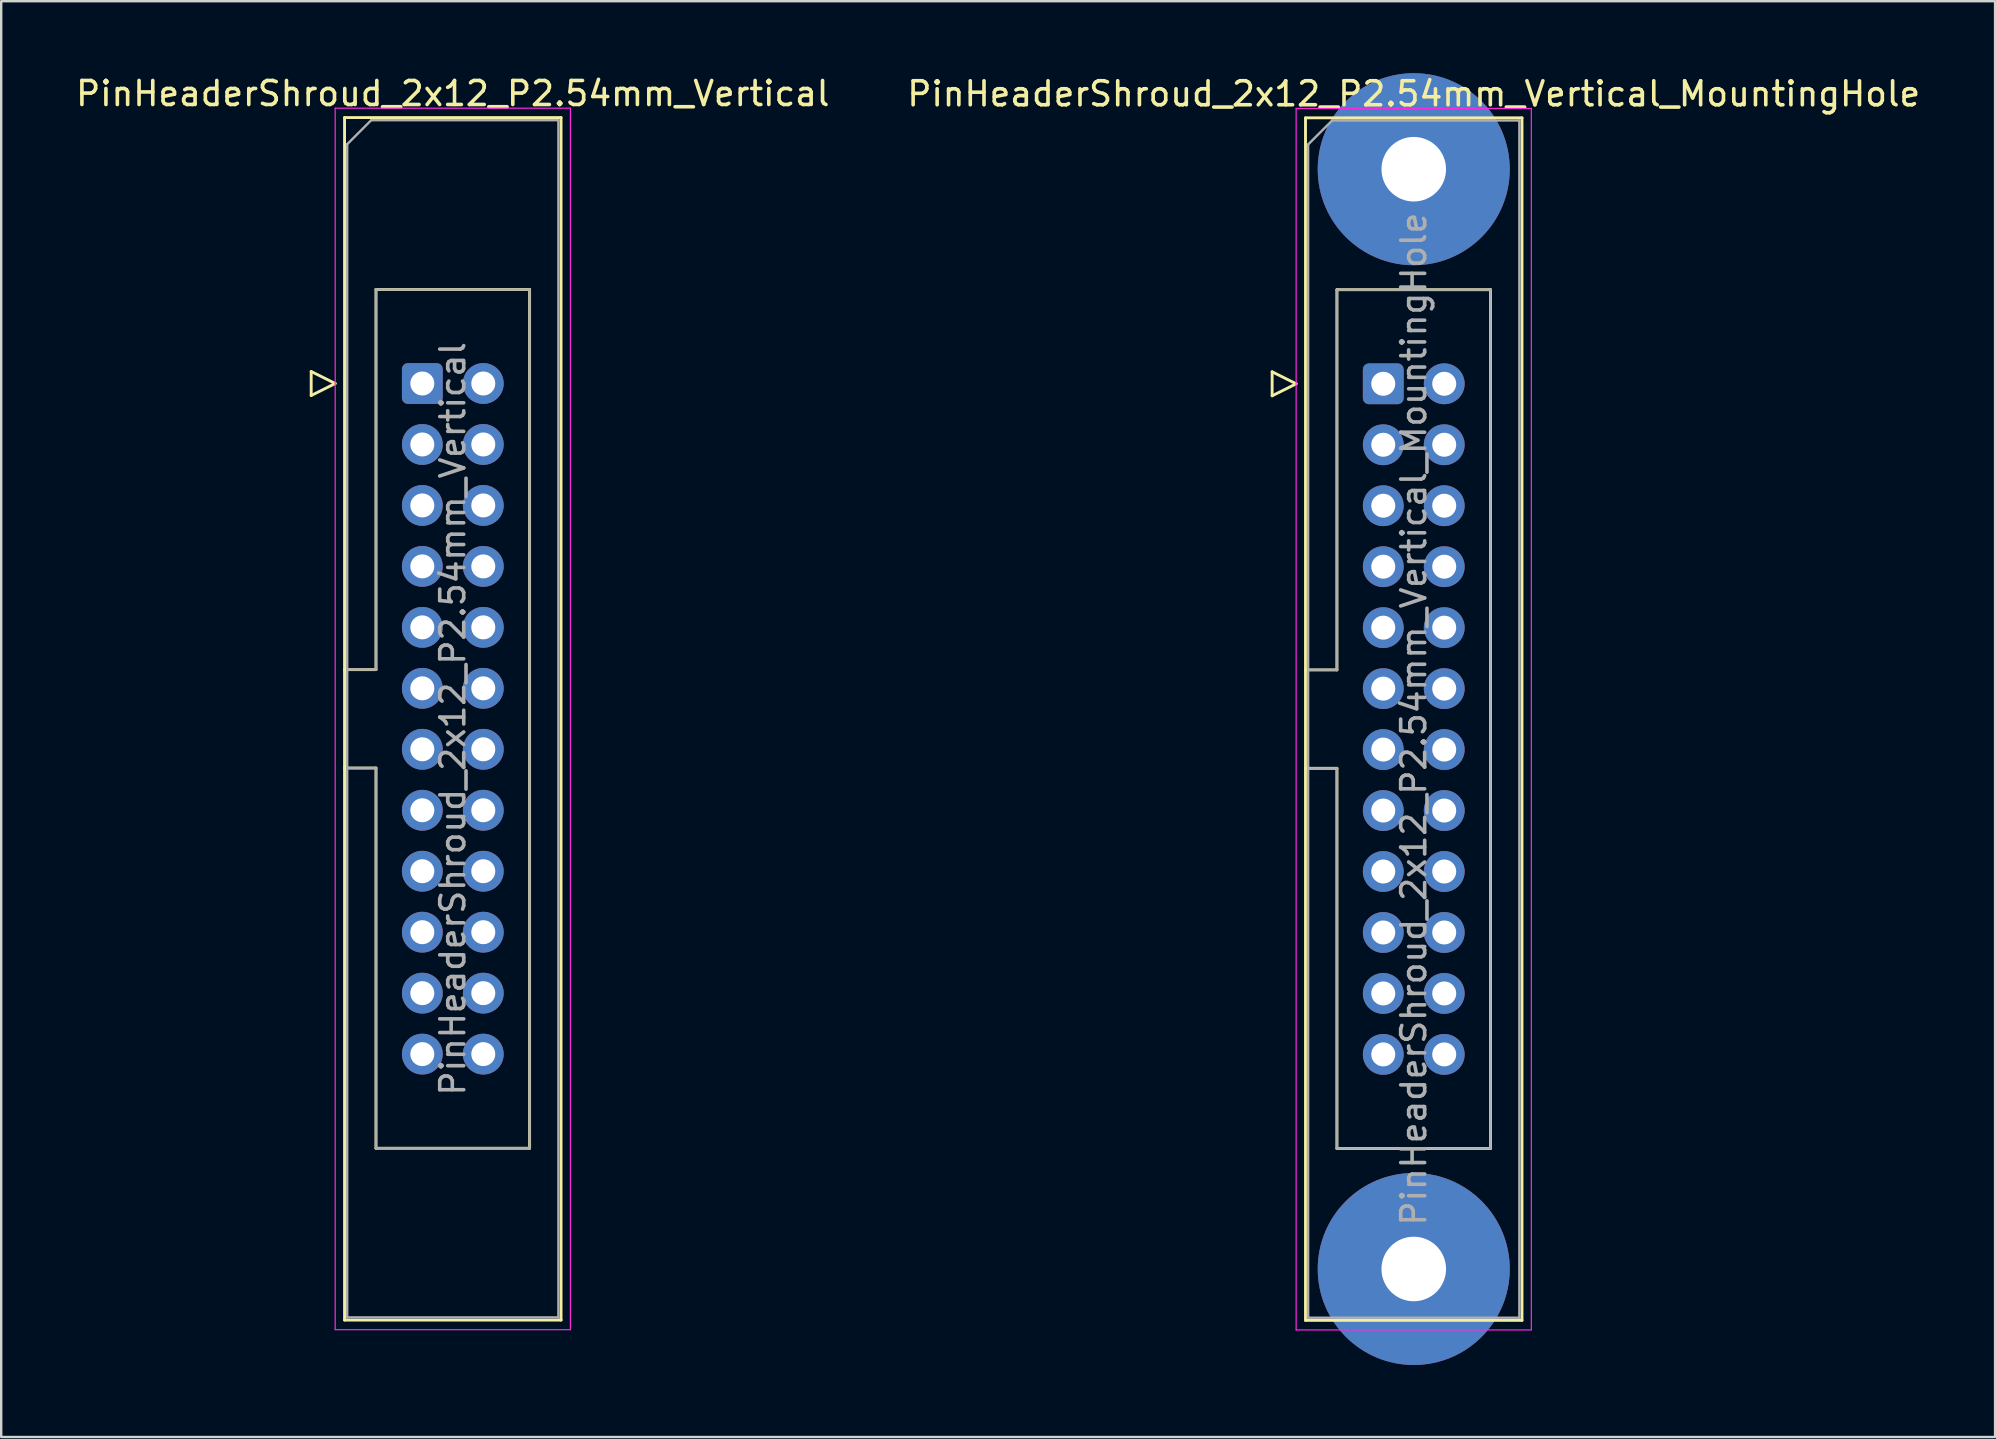
<source format=kicad_pcb>
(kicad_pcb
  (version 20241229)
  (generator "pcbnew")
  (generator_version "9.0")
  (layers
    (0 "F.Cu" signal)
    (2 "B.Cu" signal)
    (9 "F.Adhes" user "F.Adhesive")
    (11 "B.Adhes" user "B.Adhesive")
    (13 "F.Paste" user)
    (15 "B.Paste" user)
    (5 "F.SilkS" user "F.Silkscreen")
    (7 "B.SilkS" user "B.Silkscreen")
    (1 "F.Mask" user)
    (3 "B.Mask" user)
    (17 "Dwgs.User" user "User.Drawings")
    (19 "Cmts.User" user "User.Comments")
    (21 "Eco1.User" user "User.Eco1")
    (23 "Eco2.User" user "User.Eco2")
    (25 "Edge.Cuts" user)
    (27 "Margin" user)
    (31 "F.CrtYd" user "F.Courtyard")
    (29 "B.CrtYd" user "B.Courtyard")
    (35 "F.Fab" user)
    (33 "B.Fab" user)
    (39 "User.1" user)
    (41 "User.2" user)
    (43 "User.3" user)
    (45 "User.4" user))
  (footprint "PinHeaderShroud_2x12_P2.54mm_Vertical_MountingHole"
    (layer "F.Cu")
    (at 54.581 12.94)
    (property "Reference" "PinHeaderShroud_2x12_P2.54mm_Vertical_MountingHole" (at 1.27 -12.08 0) (layer "F.SilkS") (effects (font (size 1 1) (thickness 0.15))))
    (attr through_hole)
    (fp_line (start -4.63 -0.5) (end -4.63 0.5) (stroke (width 0.12) (type solid)) (layer "F.SilkS"))
    (fp_line (start -4.63 0.5) (end -3.63 0) (stroke (width 0.12) (type solid)) (layer "F.SilkS"))
    (fp_line (start -3.63 0) (end -4.63 -0.5) (stroke (width 0.12) (type solid)) (layer "F.SilkS"))
    (fp_line (start -3.24 -11.08) (end 5.78 -11.08) (stroke (width 0.12) (type solid)) (layer "F.SilkS"))
    (fp_line (start -3.24 11.92) (end -1.93 11.92) (stroke (width 0.12) (type solid)) (layer "F.SilkS"))
    (fp_line (start -3.24 16.02) (end -1.93 16.02) (stroke (width 0.12) (type solid)) (layer "F.SilkS"))
    (fp_line (start -3.24 39.02) (end -3.24 -11.08) (stroke (width 0.12) (type solid)) (layer "F.SilkS"))
    (fp_line (start -1.93 -3.92) (end 4.47 -3.92) (stroke (width 0.12) (type solid)) (layer "F.SilkS"))
    (fp_line (start -1.93 11.92) (end -1.93 -3.92) (stroke (width 0.12) (type solid)) (layer "F.SilkS"))
    (fp_line (start -1.93 31.86) (end -1.93 16.02) (stroke (width 0.12) (type solid)) (layer "F.SilkS"))
    (fp_line (start 4.47 -3.92) (end 4.47 31.86) (stroke (width 0.12) (type solid)) (layer "F.SilkS"))
    (fp_line (start 4.47 31.86) (end -1.93 31.86) (stroke (width 0.12) (type solid)) (layer "F.SilkS"))
    (fp_line (start 5.78 -11.08) (end 5.78 39.02) (stroke (width 0.12) (type solid)) (layer "F.SilkS"))
    (fp_line (start 5.78 39.02) (end -3.24 39.02) (stroke (width 0.12) (type solid)) (layer "F.SilkS"))
    (fp_line (start -3.63 -11.47) (end -3.63 39.42) (stroke (width 0.05) (type solid)) (layer "F.CrtYd"))
    (fp_line (start -3.63 39.42) (end 6.17 39.42) (stroke (width 0.05) (type solid)) (layer "F.CrtYd"))
    (fp_line (start 6.17 -11.47) (end -3.63 -11.47) (stroke (width 0.05) (type solid)) (layer "F.CrtYd"))
    (fp_line (start 6.17 39.42) (end 6.17 -11.47) (stroke (width 0.05) (type solid)) (layer "F.CrtYd"))
    (fp_line (start -3.13 -9.97) (end -2.13 -10.97) (stroke (width 0.1) (type solid)) (layer "F.Fab"))
    (fp_line (start -3.13 11.92) (end -1.93 11.92) (stroke (width 0.1) (type solid)) (layer "F.Fab"))
    (fp_line (start -3.13 16.02) (end -1.93 16.02) (stroke (width 0.1) (type solid)) (layer "F.Fab"))
    (fp_line (start -3.13 38.91) (end -3.13 -9.97) (stroke (width 0.1) (type solid)) (layer "F.Fab"))
    (fp_line (start -2.13 -10.97) (end 5.67 -10.97) (stroke (width 0.1) (type solid)) (layer "F.Fab"))
    (fp_line (start -1.93 -3.92) (end 4.47 -3.92) (stroke (width 0.1) (type solid)) (layer "F.Fab"))
    (fp_line (start -1.93 11.92) (end -1.93 -3.92) (stroke (width 0.1) (type solid)) (layer "F.Fab"))
    (fp_line (start -1.93 31.86) (end -1.93 16.02) (stroke (width 0.1) (type solid)) (layer "F.Fab"))
    (fp_line (start 4.47 -3.92) (end 4.47 31.86) (stroke (width 0.1) (type solid)) (layer "F.Fab"))
    (fp_line (start 4.47 31.86) (end -1.93 31.86) (stroke (width 0.1) (type solid)) (layer "F.Fab"))
    (fp_line (start 5.67 -10.97) (end 5.67 38.91) (stroke (width 0.1) (type solid)) (layer "F.Fab"))
    (fp_line (start 5.67 38.91) (end -3.13 38.91) (stroke (width 0.1) (type solid)) (layer "F.Fab"))
    (fp_text user "${REFERENCE}" (at 1.27 13.97 90) (layer "F.Fab") (effects (font (size 1 1) (thickness 0.15))))
    (pad "" thru_hole circle (at 1.27 -8.94) (size 8 8) (drill 2.69) (layers "*.Cu" "*.Mask"))
    (pad "" thru_hole circle (at 1.27 36.88) (size 8 8) (drill 2.69) (layers "*.Cu" "*.Mask"))
    (pad "1" thru_hole roundrect (at 0 0) (size 1.7 1.7) (drill 1) (layers "*.Cu" "*.Mask") (roundrect_rratio 0.147))
    (pad "2" thru_hole circle (at 2.54 0) (size 1.7 1.7) (drill 1) (layers "*.Cu" "*.Mask"))
    (pad "3" thru_hole circle (at 0 2.54) (size 1.7 1.7) (drill 1) (layers "*.Cu" "*.Mask"))
    (pad "4" thru_hole circle (at 2.54 2.54) (size 1.7 1.7) (drill 1) (layers "*.Cu" "*.Mask"))
    (pad "5" thru_hole circle (at 0 5.08) (size 1.7 1.7) (drill 1) (layers "*.Cu" "*.Mask"))
    (pad "6" thru_hole circle (at 2.54 5.08) (size 1.7 1.7) (drill 1) (layers "*.Cu" "*.Mask"))
    (pad "7" thru_hole circle (at 0 7.62) (size 1.7 1.7) (drill 1) (layers "*.Cu" "*.Mask"))
    (pad "8" thru_hole circle (at 2.54 7.62) (size 1.7 1.7) (drill 1) (layers "*.Cu" "*.Mask"))
    (pad "9" thru_hole circle (at 0 10.16) (size 1.7 1.7) (drill 1) (layers "*.Cu" "*.Mask"))
    (pad "10" thru_hole circle (at 2.54 10.16) (size 1.7 1.7) (drill 1) (layers "*.Cu" "*.Mask"))
    (pad "11" thru_hole circle (at 0 12.7) (size 1.7 1.7) (drill 1) (layers "*.Cu" "*.Mask"))
    (pad "12" thru_hole circle (at 2.54 12.7) (size 1.7 1.7) (drill 1) (layers "*.Cu" "*.Mask"))
    (pad "13" thru_hole circle (at 0 15.24) (size 1.7 1.7) (drill 1) (layers "*.Cu" "*.Mask"))
    (pad "14" thru_hole circle (at 2.54 15.24) (size 1.7 1.7) (drill 1) (layers "*.Cu" "*.Mask"))
    (pad "15" thru_hole circle (at 0 17.78) (size 1.7 1.7) (drill 1) (layers "*.Cu" "*.Mask"))
    (pad "16" thru_hole circle (at 2.54 17.78) (size 1.7 1.7) (drill 1) (layers "*.Cu" "*.Mask"))
    (pad "17" thru_hole circle (at 0 20.32) (size 1.7 1.7) (drill 1) (layers "*.Cu" "*.Mask"))
    (pad "18" thru_hole circle (at 2.54 20.32) (size 1.7 1.7) (drill 1) (layers "*.Cu" "*.Mask"))
    (pad "19" thru_hole circle (at 0 22.86) (size 1.7 1.7) (drill 1) (layers "*.Cu" "*.Mask"))
    (pad "20" thru_hole circle (at 2.54 22.86) (size 1.7 1.7) (drill 1) (layers "*.Cu" "*.Mask"))
    (pad "21" thru_hole circle (at 0 25.4) (size 1.7 1.7) (drill 1) (layers "*.Cu" "*.Mask"))
    (pad "22" thru_hole circle (at 2.54 25.4) (size 1.7 1.7) (drill 1) (layers "*.Cu" "*.Mask"))
    (pad "23" thru_hole circle (at 0 27.94) (size 1.7 1.7) (drill 1) (layers "*.Cu" "*.Mask"))
    (pad "24" thru_hole circle (at 2.54 27.94) (size 1.7 1.7) (drill 1) (layers "*.Cu" "*.Mask")))
  (footprint "PinHeaderShroud_2x12_P2.54mm_Vertical"
    (layer "F.Cu")
    (at 14.545 12.928)
    (property "Reference" "PinHeaderShroud_2x12_P2.54mm_Vertical" (at 1.27 -12.08 0) (layer "F.SilkS") (effects (font (size 1 1) (thickness 0.15))))
    (attr through_hole)
    (fp_line (start -4.63 -0.5) (end -4.63 0.5) (stroke (width 0.12) (type solid)) (layer "F.SilkS"))
    (fp_line (start -4.63 0.5) (end -3.63 0) (stroke (width 0.12) (type solid)) (layer "F.SilkS"))
    (fp_line (start -3.63 0) (end -4.63 -0.5) (stroke (width 0.12) (type solid)) (layer "F.SilkS"))
    (fp_line (start -3.24 -11.08) (end 5.78 -11.08) (stroke (width 0.12) (type solid)) (layer "F.SilkS"))
    (fp_line (start -3.24 11.92) (end -1.93 11.92) (stroke (width 0.12) (type solid)) (layer "F.SilkS"))
    (fp_line (start -3.24 16.02) (end -1.93 16.02) (stroke (width 0.12) (type solid)) (layer "F.SilkS"))
    (fp_line (start -3.24 39.02) (end -3.24 -11.08) (stroke (width 0.12) (type solid)) (layer "F.SilkS"))
    (fp_line (start -1.93 -3.92) (end 4.47 -3.92) (stroke (width 0.12) (type solid)) (layer "F.SilkS"))
    (fp_line (start -1.93 11.92) (end -1.93 -3.92) (stroke (width 0.12) (type solid)) (layer "F.SilkS"))
    (fp_line (start -1.93 31.86) (end -1.93 16.02) (stroke (width 0.12) (type solid)) (layer "F.SilkS"))
    (fp_line (start 4.47 -3.92) (end 4.47 31.86) (stroke (width 0.12) (type solid)) (layer "F.SilkS"))
    (fp_line (start 4.47 31.86) (end -1.93 31.86) (stroke (width 0.12) (type solid)) (layer "F.SilkS"))
    (fp_line (start 5.78 -11.08) (end 5.78 39.02) (stroke (width 0.12) (type solid)) (layer "F.SilkS"))
    (fp_line (start 5.78 39.02) (end -3.24 39.02) (stroke (width 0.12) (type solid)) (layer "F.SilkS"))
    (fp_line (start -3.63 -11.47) (end -3.63 39.42) (stroke (width 0.05) (type solid)) (layer "F.CrtYd"))
    (fp_line (start -3.63 39.42) (end 6.17 39.42) (stroke (width 0.05) (type solid)) (layer "F.CrtYd"))
    (fp_line (start 6.17 -11.47) (end -3.63 -11.47) (stroke (width 0.05) (type solid)) (layer "F.CrtYd"))
    (fp_line (start 6.17 39.42) (end 6.17 -11.47) (stroke (width 0.05) (type solid)) (layer "F.CrtYd"))
    (fp_line (start -3.13 -9.97) (end -2.13 -10.97) (stroke (width 0.1) (type solid)) (layer "F.Fab"))
    (fp_line (start -3.13 11.92) (end -1.93 11.92) (stroke (width 0.1) (type solid)) (layer "F.Fab"))
    (fp_line (start -3.13 16.02) (end -1.93 16.02) (stroke (width 0.1) (type solid)) (layer "F.Fab"))
    (fp_line (start -3.13 38.91) (end -3.13 -9.97) (stroke (width 0.1) (type solid)) (layer "F.Fab"))
    (fp_line (start -2.13 -10.97) (end 5.67 -10.97) (stroke (width 0.1) (type solid)) (layer "F.Fab"))
    (fp_line (start -1.93 -3.92) (end 4.47 -3.92) (stroke (width 0.1) (type solid)) (layer "F.Fab"))
    (fp_line (start -1.93 11.92) (end -1.93 -3.92) (stroke (width 0.1) (type solid)) (layer "F.Fab"))
    (fp_line (start -1.93 31.86) (end -1.93 16.02) (stroke (width 0.1) (type solid)) (layer "F.Fab"))
    (fp_line (start 4.47 -3.92) (end 4.47 31.86) (stroke (width 0.1) (type solid)) (layer "F.Fab"))
    (fp_line (start 4.47 31.86) (end -1.93 31.86) (stroke (width 0.1) (type solid)) (layer "F.Fab"))
    (fp_line (start 5.67 -10.97) (end 5.67 38.91) (stroke (width 0.1) (type solid)) (layer "F.Fab"))
    (fp_line (start 5.67 38.91) (end -3.13 38.91) (stroke (width 0.1) (type solid)) (layer "F.Fab"))
    (fp_text user "${REFERENCE}" (at 1.27 13.97 90) (layer "F.Fab") (effects (font (size 1 1) (thickness 0.15))))
    (pad "1" thru_hole roundrect (at 0 0) (size 1.7 1.7) (drill 1) (layers "*.Cu" "*.Mask") (roundrect_rratio 0.147))
    (pad "2" thru_hole circle (at 2.54 0) (size 1.7 1.7) (drill 1) (layers "*.Cu" "*.Mask"))
    (pad "3" thru_hole circle (at 0 2.54) (size 1.7 1.7) (drill 1) (layers "*.Cu" "*.Mask"))
    (pad "4" thru_hole circle (at 2.54 2.54) (size 1.7 1.7) (drill 1) (layers "*.Cu" "*.Mask"))
    (pad "5" thru_hole circle (at 0 5.08) (size 1.7 1.7) (drill 1) (layers "*.Cu" "*.Mask"))
    (pad "6" thru_hole circle (at 2.54 5.08) (size 1.7 1.7) (drill 1) (layers "*.Cu" "*.Mask"))
    (pad "7" thru_hole circle (at 0 7.62) (size 1.7 1.7) (drill 1) (layers "*.Cu" "*.Mask"))
    (pad "8" thru_hole circle (at 2.54 7.62) (size 1.7 1.7) (drill 1) (layers "*.Cu" "*.Mask"))
    (pad "9" thru_hole circle (at 0 10.16) (size 1.7 1.7) (drill 1) (layers "*.Cu" "*.Mask"))
    (pad "10" thru_hole circle (at 2.54 10.16) (size 1.7 1.7) (drill 1) (layers "*.Cu" "*.Mask"))
    (pad "11" thru_hole circle (at 0 12.7) (size 1.7 1.7) (drill 1) (layers "*.Cu" "*.Mask"))
    (pad "12" thru_hole circle (at 2.54 12.7) (size 1.7 1.7) (drill 1) (layers "*.Cu" "*.Mask"))
    (pad "13" thru_hole circle (at 0 15.24) (size 1.7 1.7) (drill 1) (layers "*.Cu" "*.Mask"))
    (pad "14" thru_hole circle (at 2.54 15.24) (size 1.7 1.7) (drill 1) (layers "*.Cu" "*.Mask"))
    (pad "15" thru_hole circle (at 0 17.78) (size 1.7 1.7) (drill 1) (layers "*.Cu" "*.Mask"))
    (pad "16" thru_hole circle (at 2.54 17.78) (size 1.7 1.7) (drill 1) (layers "*.Cu" "*.Mask"))
    (pad "17" thru_hole circle (at 0 20.32) (size 1.7 1.7) (drill 1) (layers "*.Cu" "*.Mask"))
    (pad "18" thru_hole circle (at 2.54 20.32) (size 1.7 1.7) (drill 1) (layers "*.Cu" "*.Mask"))
    (pad "19" thru_hole circle (at 0 22.86) (size 1.7 1.7) (drill 1) (layers "*.Cu" "*.Mask"))
    (pad "20" thru_hole circle (at 2.54 22.86) (size 1.7 1.7) (drill 1) (layers "*.Cu" "*.Mask"))
    (pad "21" thru_hole circle (at 0 25.4) (size 1.7 1.7) (drill 1) (layers "*.Cu" "*.Mask"))
    (pad "22" thru_hole circle (at 2.54 25.4) (size 1.7 1.7) (drill 1) (layers "*.Cu" "*.Mask"))
    (pad "23" thru_hole circle (at 0 27.94) (size 1.7 1.7) (drill 1) (layers "*.Cu" "*.Mask"))
    (pad "24" thru_hole circle (at 2.54 27.94) (size 1.7 1.7) (drill 1) (layers "*.Cu" "*.Mask")))
  (gr_rect
    (start -3 -3)
    (end 80.071 56.82)
    (stroke (width 0.1) (type default))
    (fill no)
    (layer "Edge.Cuts")))
</source>
